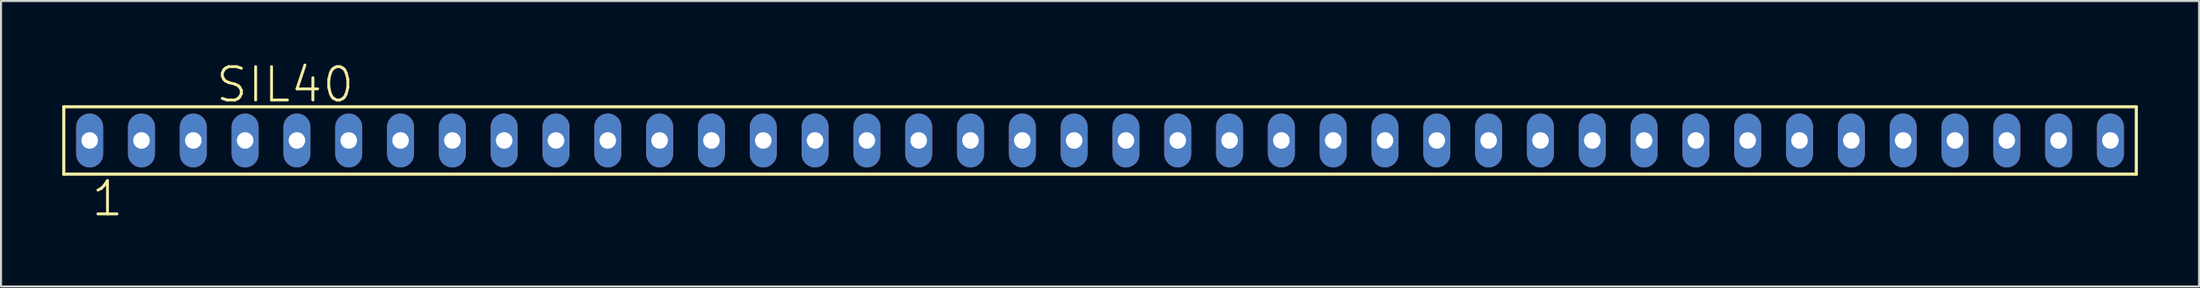
<source format=kicad_pcb>
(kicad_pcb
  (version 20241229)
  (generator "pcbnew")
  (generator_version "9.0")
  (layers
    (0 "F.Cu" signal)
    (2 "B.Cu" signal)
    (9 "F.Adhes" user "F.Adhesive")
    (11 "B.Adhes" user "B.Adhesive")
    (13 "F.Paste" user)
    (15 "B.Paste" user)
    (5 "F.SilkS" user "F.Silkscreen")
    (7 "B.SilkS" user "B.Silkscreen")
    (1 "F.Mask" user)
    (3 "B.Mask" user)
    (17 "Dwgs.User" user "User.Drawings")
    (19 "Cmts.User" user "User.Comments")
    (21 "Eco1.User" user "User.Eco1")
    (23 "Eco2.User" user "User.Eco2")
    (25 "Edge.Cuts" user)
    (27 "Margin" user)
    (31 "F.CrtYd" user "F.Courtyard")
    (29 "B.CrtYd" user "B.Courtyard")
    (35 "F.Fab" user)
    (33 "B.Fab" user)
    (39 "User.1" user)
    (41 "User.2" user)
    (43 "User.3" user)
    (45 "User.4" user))
  (footprint "SIL40"
    (layer "F.Cu")
    (at 29.286 2.57)
    (property "Reference" "SIL40" (at -21.844 -0.508 0) (layer "F.SilkS") (effects (font (size 1.636 1.636) (thickness 0.142)) (justify left bottom)))
    (fp_line (start -29.21 2.921) (end -29.21 -0.381) (stroke (width 0.152) (type solid)) (layer "F.SilkS"))
    (fp_line (start -29.21 2.921) (end 72.39 2.921) (stroke (width 0.152) (type solid)) (layer "F.SilkS"))
    (fp_line (start 72.39 -0.381) (end -29.21 -0.381) (stroke (width 0.152) (type solid)) (layer "F.SilkS"))
    (fp_line (start 72.39 -0.381) (end 72.39 2.921) (stroke (width 0.152) (type solid)) (layer "F.SilkS"))
    (fp_text user "1" (at -27.94 5.08 0) (layer "F.SilkS") (effects (font (size 1.636 1.636) (thickness 0.142)) (justify left bottom)))
    (pad "1" thru_hole oval (at -27.94 1.27 90) (size 2.642 1.321) (drill 0.813) (layers "*.Cu" "*.Mask"))
    (pad "2" thru_hole oval (at -25.4 1.27 90) (size 2.642 1.321) (drill 0.813) (layers "*.Cu" "*.Mask"))
    (pad "3" thru_hole oval (at -22.86 1.27 90) (size 2.642 1.321) (drill 0.813) (layers "*.Cu" "*.Mask"))
    (pad "4" thru_hole oval (at -20.32 1.27 90) (size 2.642 1.321) (drill 0.813) (layers "*.Cu" "*.Mask"))
    (pad "5" thru_hole oval (at -17.78 1.27 90) (size 2.642 1.321) (drill 0.813) (layers "*.Cu" "*.Mask"))
    (pad "6" thru_hole oval (at -15.24 1.27 90) (size 2.642 1.321) (drill 0.813) (layers "*.Cu" "*.Mask"))
    (pad "7" thru_hole oval (at -12.7 1.27 90) (size 2.642 1.321) (drill 0.813) (layers "*.Cu" "*.Mask"))
    (pad "8" thru_hole oval (at -10.16 1.27 90) (size 2.642 1.321) (drill 0.813) (layers "*.Cu" "*.Mask"))
    (pad "9" thru_hole oval (at -7.62 1.27 90) (size 2.642 1.321) (drill 0.813) (layers "*.Cu" "*.Mask"))
    (pad "10" thru_hole oval (at -5.08 1.27 90) (size 2.642 1.321) (drill 0.813) (layers "*.Cu" "*.Mask"))
    (pad "11" thru_hole oval (at -2.54 1.27 90) (size 2.642 1.321) (drill 0.813) (layers "*.Cu" "*.Mask"))
    (pad "12" thru_hole oval (at 0 1.27 90) (size 2.642 1.321) (drill 0.813) (layers "*.Cu" "*.Mask"))
    (pad "13" thru_hole oval (at 2.54 1.27 90) (size 2.642 1.321) (drill 0.813) (layers "*.Cu" "*.Mask"))
    (pad "14" thru_hole oval (at 5.08 1.27 90) (size 2.642 1.321) (drill 0.813) (layers "*.Cu" "*.Mask"))
    (pad "15" thru_hole oval (at 7.62 1.27 90) (size 2.642 1.321) (drill 0.813) (layers "*.Cu" "*.Mask"))
    (pad "16" thru_hole oval (at 10.16 1.27 90) (size 2.642 1.321) (drill 0.813) (layers "*.Cu" "*.Mask"))
    (pad "17" thru_hole oval (at 12.7 1.27 90) (size 2.642 1.321) (drill 0.813) (layers "*.Cu" "*.Mask"))
    (pad "18" thru_hole oval (at 15.24 1.27 90) (size 2.642 1.321) (drill 0.813) (layers "*.Cu" "*.Mask"))
    (pad "19" thru_hole oval (at 17.78 1.27 90) (size 2.642 1.321) (drill 0.813) (layers "*.Cu" "*.Mask"))
    (pad "20" thru_hole oval (at 20.32 1.27 90) (size 2.642 1.321) (drill 0.813) (layers "*.Cu" "*.Mask"))
    (pad "21" thru_hole oval (at 22.86 1.27 270) (size 2.642 1.321) (drill 0.813) (layers "*.Cu" "*.Mask"))
    (pad "22" thru_hole oval (at 25.4 1.27 270) (size 2.642 1.321) (drill 0.813) (layers "*.Cu" "*.Mask"))
    (pad "23" thru_hole oval (at 27.94 1.27 270) (size 2.642 1.321) (drill 0.813) (layers "*.Cu" "*.Mask"))
    (pad "24" thru_hole oval (at 30.48 1.27 270) (size 2.642 1.321) (drill 0.813) (layers "*.Cu" "*.Mask"))
    (pad "25" thru_hole oval (at 33.02 1.27 270) (size 2.642 1.321) (drill 0.813) (layers "*.Cu" "*.Mask"))
    (pad "26" thru_hole oval (at 35.56 1.27 270) (size 2.642 1.321) (drill 0.813) (layers "*.Cu" "*.Mask"))
    (pad "27" thru_hole oval (at 38.1 1.27 270) (size 2.642 1.321) (drill 0.813) (layers "*.Cu" "*.Mask"))
    (pad "28" thru_hole oval (at 40.64 1.27 270) (size 2.642 1.321) (drill 0.813) (layers "*.Cu" "*.Mask"))
    (pad "29" thru_hole oval (at 43.18 1.27 270) (size 2.642 1.321) (drill 0.813) (layers "*.Cu" "*.Mask"))
    (pad "30" thru_hole oval (at 45.72 1.27 270) (size 2.642 1.321) (drill 0.813) (layers "*.Cu" "*.Mask"))
    (pad "31" thru_hole oval (at 48.26 1.27 270) (size 2.642 1.321) (drill 0.813) (layers "*.Cu" "*.Mask"))
    (pad "32" thru_hole oval (at 50.8 1.27 270) (size 2.642 1.321) (drill 0.813) (layers "*.Cu" "*.Mask"))
    (pad "33" thru_hole oval (at 53.34 1.27 270) (size 2.642 1.321) (drill 0.813) (layers "*.Cu" "*.Mask"))
    (pad "34" thru_hole oval (at 55.88 1.27 270) (size 2.642 1.321) (drill 0.813) (layers "*.Cu" "*.Mask"))
    (pad "35" thru_hole oval (at 58.42 1.27 270) (size 2.642 1.321) (drill 0.813) (layers "*.Cu" "*.Mask"))
    (pad "36" thru_hole oval (at 60.96 1.27 270) (size 2.642 1.321) (drill 0.813) (layers "*.Cu" "*.Mask"))
    (pad "37" thru_hole oval (at 63.5 1.27 270) (size 2.642 1.321) (drill 0.813) (layers "*.Cu" "*.Mask"))
    (pad "38" thru_hole oval (at 66.04 1.27 270) (size 2.642 1.321) (drill 0.813) (layers "*.Cu" "*.Mask"))
    (pad "39" thru_hole oval (at 68.58 1.27 270) (size 2.642 1.321) (drill 0.813) (layers "*.Cu" "*.Mask"))
    (pad "40" thru_hole oval (at 71.12 1.27 270) (size 2.642 1.321) (drill 0.813) (layers "*.Cu" "*.Mask")))
  (gr_rect
    (start -3 -3)
    (end 104.752 11.001)
    (stroke (width 0.1) (type default))
    (fill no)
    (layer "Edge.Cuts")))
</source>
